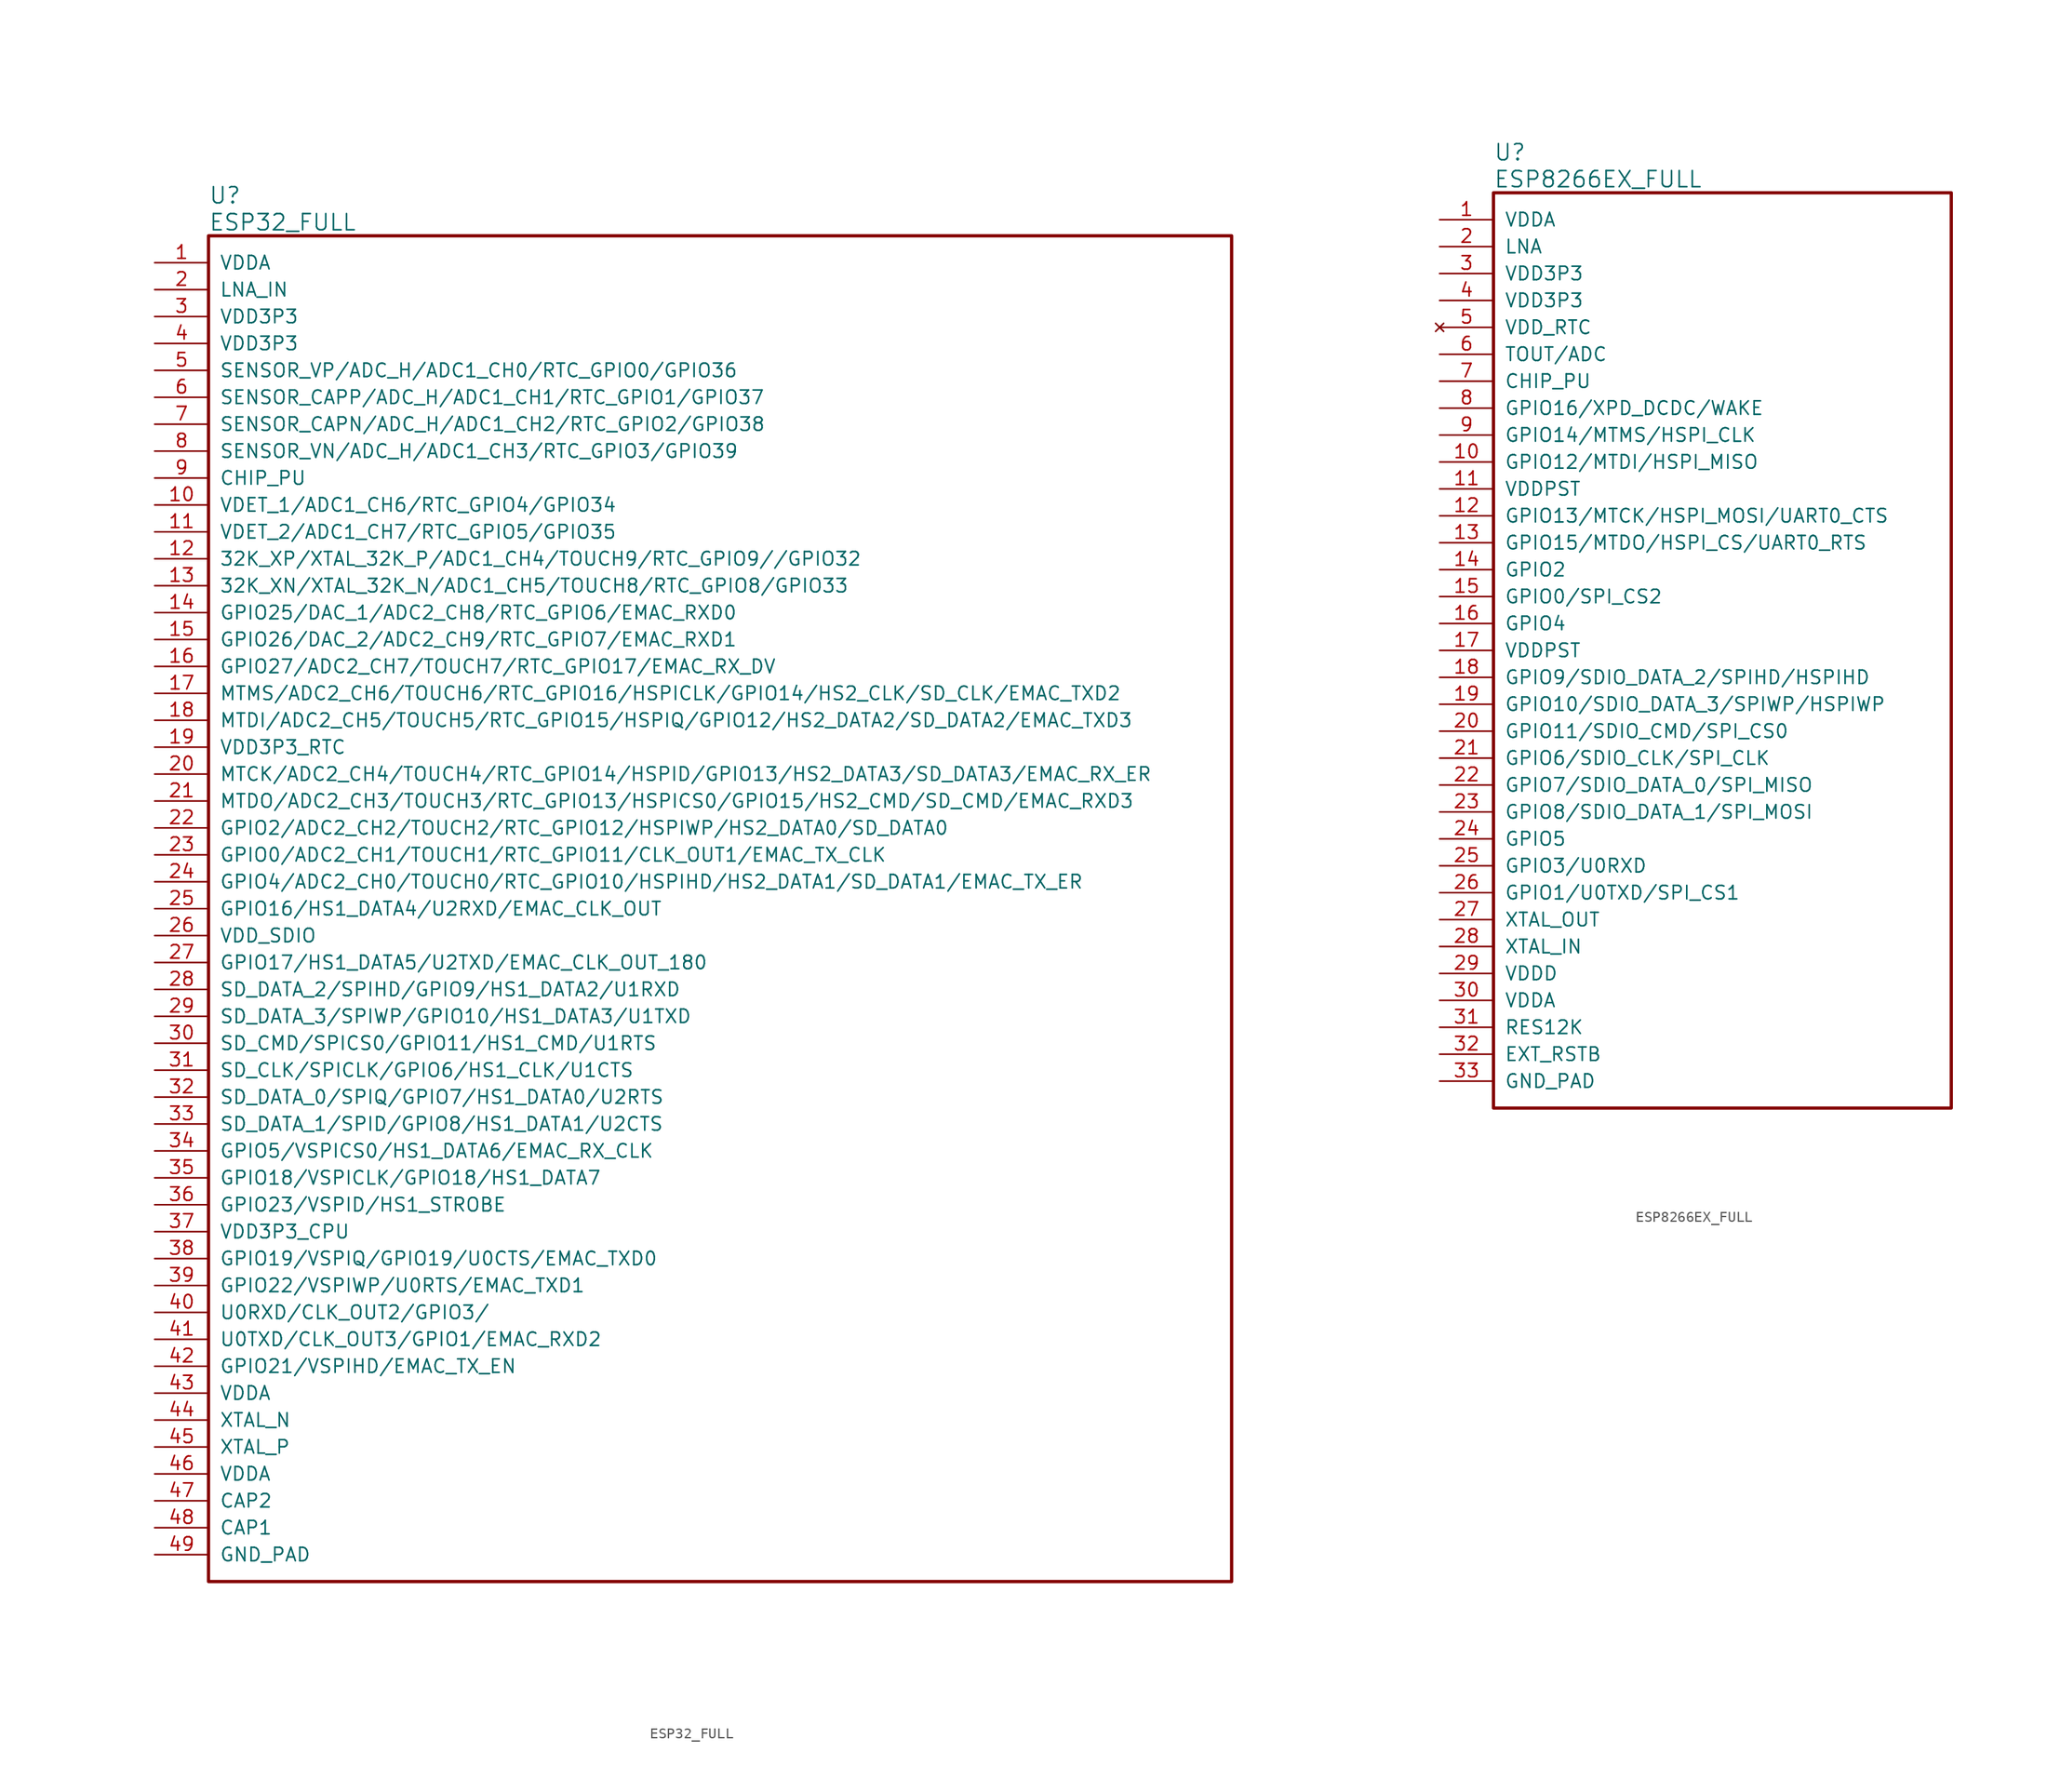
<source format=kicad_sym>
(kicad_symbol_lib
  (version 20201005)
  (generator kicad_symbol_editor)
  (symbol "ESP32_FULL"
    (pin_names
      (offset 1.016))
    (property "Reference" "U"
      (at 5.08 6.35 0)
      (effects (font (size 1.524 1.524)) (justify left)))
    (property "Value" "ESP32_FULL"
      (at 5.08 3.81 0)
      (effects (font (size 1.524 1.524)) (justify left)))
    (property "ki_locked" ""
      (at 0 0 0)
      (effects (font (size 1.27 1.27))))
    (symbol "ESP32_FULL_1_1"
      (rectangle (start 5.08 2.54) (end 101.6 -124.46) (stroke (width 0.305)) (fill (type none)))
      (pin power_in line (at 0 0 0) (length 5.08) (name "VDDA" (effects (font (size 1.27 1.27)))) (number "1" (effects (font (size 1.27 1.27)))))
      (pin unspecified line (at 0 -2.54 0) (length 5.08) (name "LNA_IN" (effects (font (size 1.27 1.27)))) (number "2" (effects (font (size 1.27 1.27)))))
      (pin power_in line (at 0 -5.08 0) (length 5.08) (name "VDD3P3" (effects (font (size 1.27 1.27)))) (number "3" (effects (font (size 1.27 1.27)))))
      (pin power_in line (at 0 -7.62 0) (length 5.08) (name "VDD3P3" (effects (font (size 1.27 1.27)))) (number "4" (effects (font (size 1.27 1.27)))))
      (pin input line (at 0 -10.16 0) (length 5.08) (name "SENSOR_VP/ADC_H/ADC1_CH0/RTC_GPIO0/GPIO36" (effects (font (size 1.27 1.27)))) (number "5" (effects (font (size 1.27 1.27)))))
      (pin input line (at 0 -12.7 0) (length 5.08) (name "SENSOR_CAPP/ADC_H/ADC1_CH1/RTC_GPIO1/GPIO37" (effects (font (size 1.27 1.27)))) (number "6" (effects (font (size 1.27 1.27)))))
      (pin input line (at 0 -15.24 0) (length 5.08) (name "SENSOR_CAPN/ADC_H/ADC1_CH2/RTC_GPIO2/GPIO38" (effects (font (size 1.27 1.27)))) (number "7" (effects (font (size 1.27 1.27)))))
      (pin input line (at 0 -17.78 0) (length 5.08) (name "SENSOR_VN/ADC_H/ADC1_CH3/RTC_GPIO3/GPIO39" (effects (font (size 1.27 1.27)))) (number "8" (effects (font (size 1.27 1.27)))))
      (pin input line (at 0 -20.32 0) (length 5.08) (name "CHIP_PU" (effects (font (size 1.27 1.27)))) (number "9" (effects (font (size 1.27 1.27)))))
      (pin input line (at 0 -22.86 0) (length 5.08) (name "VDET_1/ADC1_CH6/RTC_GPIO4/GPIO34" (effects (font (size 1.27 1.27)))) (number "10" (effects (font (size 1.27 1.27)))))
      (pin input line (at 0 -25.4 0) (length 5.08) (name "VDET_2/ADC1_CH7/RTC_GPIO5/GPIO35" (effects (font (size 1.27 1.27)))) (number "11" (effects (font (size 1.27 1.27)))))
      (pin bidirectional line (at 0 -27.94 0) (length 5.08) (name "32K_XP/XTAL_32K_P/ADC1_CH4/TOUCH9/RTC_GPIO9//GPIO32" (effects (font (size 1.27 1.27)))) (number "12" (effects (font (size 1.27 1.27)))))
      (pin bidirectional line (at 0 -30.48 0) (length 5.08) (name "32K_XN/XTAL_32K_N/ADC1_CH5/TOUCH8/RTC_GPIO8/GPIO33" (effects (font (size 1.27 1.27)))) (number "13" (effects (font (size 1.27 1.27)))))
      (pin bidirectional line (at 0 -33.02 0) (length 5.08) (name "GPIO25/DAC_1/ADC2_CH8/RTC_GPIO6/EMAC_RXD0" (effects (font (size 1.27 1.27)))) (number "14" (effects (font (size 1.27 1.27)))))
      (pin bidirectional line (at 0 -35.56 0) (length 5.08) (name "GPIO26/DAC_2/ADC2_CH9/RTC_GPIO7/EMAC_RXD1" (effects (font (size 1.27 1.27)))) (number "15" (effects (font (size 1.27 1.27)))))
      (pin bidirectional line (at 0 -38.1 0) (length 5.08) (name "GPIO27/ADC2_CH7/TOUCH7/RTC_GPIO17/EMAC_RX_DV" (effects (font (size 1.27 1.27)))) (number "16" (effects (font (size 1.27 1.27)))))
      (pin bidirectional line (at 0 -40.64 0) (length 5.08) (name "MTMS/ADC2_CH6/TOUCH6/RTC_GPIO16/HSPICLK/GPIO14/HS2_CLK/SD_CLK/EMAC_TXD2" (effects (font (size 1.27 1.27)))) (number "17" (effects (font (size 1.27 1.27)))))
      (pin bidirectional line (at 0 -43.18 0) (length 5.08) (name "MTDI/ADC2_CH5/TOUCH5/RTC_GPIO15/HSPIQ/GPIO12/HS2_DATA2/SD_DATA2/EMAC_TXD3" (effects (font (size 1.27 1.27)))) (number "18" (effects (font (size 1.27 1.27)))))
      (pin power_in line (at 0 -45.72 0) (length 5.08) (name "VDD3P3_RTC" (effects (font (size 1.27 1.27)))) (number "19" (effects (font (size 1.27 1.27)))))
      (pin bidirectional line (at 0 -48.26 0) (length 5.08) (name "MTCK/ADC2_CH4/TOUCH4/RTC_GPIO14/HSPID/GPIO13/HS2_DATA3/SD_DATA3/EMAC_RX_ER" (effects (font (size 1.27 1.27)))) (number "20" (effects (font (size 1.27 1.27)))))
      (pin bidirectional line (at 0 -50.8 0) (length 5.08) (name "MTDO/ADC2_CH3/TOUCH3/RTC_GPIO13/HSPICS0/GPIO15/HS2_CMD/SD_CMD/EMAC_RXD3" (effects (font (size 1.27 1.27)))) (number "21" (effects (font (size 1.27 1.27)))))
      (pin bidirectional line (at 0 -53.34 0) (length 5.08) (name "GPIO2/ADC2_CH2/TOUCH2/RTC_GPIO12/HSPIWP/HS2_DATA0/SD_DATA0" (effects (font (size 1.27 1.27)))) (number "22" (effects (font (size 1.27 1.27)))))
      (pin bidirectional line (at 0 -55.88 0) (length 5.08) (name "GPIO0/ADC2_CH1/TOUCH1/RTC_GPIO11/CLK_OUT1/EMAC_TX_CLK" (effects (font (size 1.27 1.27)))) (number "23" (effects (font (size 1.27 1.27)))))
      (pin bidirectional line (at 0 -58.42 0) (length 5.08) (name "GPIO4/ADC2_CH0/TOUCH0/RTC_GPIO10/HSPIHD/HS2_DATA1/SD_DATA1/EMAC_TX_ER" (effects (font (size 1.27 1.27)))) (number "24" (effects (font (size 1.27 1.27)))))
      (pin bidirectional line (at 0 -60.96 0) (length 5.08) (name "GPIO16/HS1_DATA4/U2RXD/EMAC_CLK_OUT" (effects (font (size 1.27 1.27)))) (number "25" (effects (font (size 1.27 1.27)))))
      (pin power_in line (at 0 -63.5 0) (length 5.08) (name "VDD_SDIO" (effects (font (size 1.27 1.27)))) (number "26" (effects (font (size 1.27 1.27)))))
      (pin bidirectional line (at 0 -66.04 0) (length 5.08) (name "GPIO17/HS1_DATA5/U2TXD/EMAC_CLK_OUT_180" (effects (font (size 1.27 1.27)))) (number "27" (effects (font (size 1.27 1.27)))))
      (pin bidirectional line (at 0 -68.58 0) (length 5.08) (name "SD_DATA_2/SPIHD/GPIO9/HS1_DATA2/U1RXD" (effects (font (size 1.27 1.27)))) (number "28" (effects (font (size 1.27 1.27)))))
      (pin bidirectional line (at 0 -71.12 0) (length 5.08) (name "SD_DATA_3/SPIWP/GPIO10/HS1_DATA3/U1TXD" (effects (font (size 1.27 1.27)))) (number "29" (effects (font (size 1.27 1.27)))))
      (pin bidirectional line (at 0 -73.66 0) (length 5.08) (name "SD_CMD/SPICS0/GPIO11/HS1_CMD/U1RTS" (effects (font (size 1.27 1.27)))) (number "30" (effects (font (size 1.27 1.27)))))
      (pin bidirectional line (at 0 -76.2 0) (length 5.08) (name "SD_CLK/SPICLK/GPIO6/HS1_CLK/U1CTS" (effects (font (size 1.27 1.27)))) (number "31" (effects (font (size 1.27 1.27)))))
      (pin bidirectional line (at 0 -78.74 0) (length 5.08) (name "SD_DATA_0/SPIQ/GPIO7/HS1_DATA0/U2RTS" (effects (font (size 1.27 1.27)))) (number "32" (effects (font (size 1.27 1.27)))))
      (pin bidirectional line (at 0 -81.28 0) (length 5.08) (name "SD_DATA_1/SPID/GPIO8/HS1_DATA1/U2CTS" (effects (font (size 1.27 1.27)))) (number "33" (effects (font (size 1.27 1.27)))))
      (pin bidirectional line (at 0 -83.82 0) (length 5.08) (name "GPIO5/VSPICS0/HS1_DATA6/EMAC_RX_CLK" (effects (font (size 1.27 1.27)))) (number "34" (effects (font (size 1.27 1.27)))))
      (pin bidirectional line (at 0 -86.36 0) (length 5.08) (name "GPIO18/VSPICLK/GPIO18/HS1_DATA7" (effects (font (size 1.27 1.27)))) (number "35" (effects (font (size 1.27 1.27)))))
      (pin bidirectional line (at 0 -88.9 0) (length 5.08) (name "GPIO23/VSPID/HS1_STROBE" (effects (font (size 1.27 1.27)))) (number "36" (effects (font (size 1.27 1.27)))))
      (pin power_in line (at 0 -91.44 0) (length 5.08) (name "VDD3P3_CPU" (effects (font (size 1.27 1.27)))) (number "37" (effects (font (size 1.27 1.27)))))
      (pin bidirectional line (at 0 -93.98 0) (length 5.08) (name "GPIO19/VSPIQ/GPIO19/U0CTS/EMAC_TXD0" (effects (font (size 1.27 1.27)))) (number "38" (effects (font (size 1.27 1.27)))))
      (pin bidirectional line (at 0 -96.52 0) (length 5.08) (name "GPIO22/VSPIWP/U0RTS/EMAC_TXD1" (effects (font (size 1.27 1.27)))) (number "39" (effects (font (size 1.27 1.27)))))
      (pin bidirectional line (at 0 -99.06 0) (length 5.08) (name "U0RXD/CLK_OUT2/GPIO3/" (effects (font (size 1.27 1.27)))) (number "40" (effects (font (size 1.27 1.27)))))
      (pin bidirectional line (at 0 -101.6 0) (length 5.08) (name "U0TXD/CLK_OUT3/GPIO1/EMAC_RXD2" (effects (font (size 1.27 1.27)))) (number "41" (effects (font (size 1.27 1.27)))))
      (pin bidirectional line (at 0 -104.14 0) (length 5.08) (name "GPIO21/VSPIHD/EMAC_TX_EN" (effects (font (size 1.27 1.27)))) (number "42" (effects (font (size 1.27 1.27)))))
      (pin power_in line (at 0 -106.68 0) (length 5.08) (name "VDDA" (effects (font (size 1.27 1.27)))) (number "43" (effects (font (size 1.27 1.27)))))
      (pin passive line (at 0 -109.22 0) (length 5.08) (name "XTAL_N" (effects (font (size 1.27 1.27)))) (number "44" (effects (font (size 1.27 1.27)))))
      (pin passive line (at 0 -111.76 0) (length 5.08) (name "XTAL_P" (effects (font (size 1.27 1.27)))) (number "45" (effects (font (size 1.27 1.27)))))
      (pin power_in line (at 0 -114.3 0) (length 5.08) (name "VDDA" (effects (font (size 1.27 1.27)))) (number "46" (effects (font (size 1.27 1.27)))))
      (pin passive line (at 0 -116.84 0) (length 5.08) (name "CAP2" (effects (font (size 1.27 1.27)))) (number "47" (effects (font (size 1.27 1.27)))))
      (pin passive line (at 0 -119.38 0) (length 5.08) (name "CAP1" (effects (font (size 1.27 1.27)))) (number "48" (effects (font (size 1.27 1.27)))))
      (pin power_in line (at 0 -121.92 0) (length 5.08) (name "GND_PAD" (effects (font (size 1.27 1.27)))) (number "49" (effects (font (size 1.27 1.27)))))))
  (symbol "ESP8266EX_FULL"
    (pin_names
      (offset 1.016))
    (property "Reference" "U"
      (at 5.08 6.35 0)
      (effects (font (size 1.524 1.524)) (justify left)))
    (property "Value" "ESP8266EX_FULL"
      (at 5.08 3.81 0)
      (effects (font (size 1.524 1.524)) (justify left)))
    (property "ki_locked" ""
      (at 0 0 0)
      (effects (font (size 1.27 1.27))))
    (symbol "ESP8266EX_FULL_1_1"
      (rectangle (start 5.08 2.54) (end 48.26 -83.82) (stroke (width 0.305)) (fill (type none)))
      (pin power_in line (at 0 0 0) (length 5.08) (name "VDDA" (effects (font (size 1.27 1.27)))) (number "1" (effects (font (size 1.27 1.27)))))
      (pin passive line (at 0 -2.54 0) (length 5.08) (name "LNA" (effects (font (size 1.27 1.27)))) (number "2" (effects (font (size 1.27 1.27)))))
      (pin power_in line (at 0 -5.08 0) (length 5.08) (name "VDD3P3" (effects (font (size 1.27 1.27)))) (number "3" (effects (font (size 1.27 1.27)))))
      (pin power_in line (at 0 -7.62 0) (length 5.08) (name "VDD3P3" (effects (font (size 1.27 1.27)))) (number "4" (effects (font (size 1.27 1.27)))))
      (pin unconnected line (at 0 -10.16 0) (length 5.08) (name "VDD_RTC" (effects (font (size 1.27 1.27)))) (number "5" (effects (font (size 1.27 1.27)))))
      (pin input line (at 0 -12.7 0) (length 5.08) (name "TOUT/ADC" (effects (font (size 1.27 1.27)))) (number "6" (effects (font (size 1.27 1.27)))))
      (pin input line (at 0 -15.24 0) (length 5.08) (name "CHIP_PU" (effects (font (size 1.27 1.27)))) (number "7" (effects (font (size 1.27 1.27)))))
      (pin bidirectional line (at 0 -17.78 0) (length 5.08) (name "GPIO16/XPD_DCDC/WAKE" (effects (font (size 1.27 1.27)))) (number "8" (effects (font (size 1.27 1.27)))))
      (pin bidirectional line (at 0 -20.32 0) (length 5.08) (name "GPIO14/MTMS/HSPI_CLK" (effects (font (size 1.27 1.27)))) (number "9" (effects (font (size 1.27 1.27)))))
      (pin bidirectional line (at 0 -22.86 0) (length 5.08) (name "GPIO12/MTDI/HSPI_MISO" (effects (font (size 1.27 1.27)))) (number "10" (effects (font (size 1.27 1.27)))))
      (pin power_in line (at 0 -25.4 0) (length 5.08) (name "VDDPST" (effects (font (size 1.27 1.27)))) (number "11" (effects (font (size 1.27 1.27)))))
      (pin bidirectional line (at 0 -27.94 0) (length 5.08) (name "GPIO13/MTCK/HSPI_MOSI/UART0_CTS" (effects (font (size 1.27 1.27)))) (number "12" (effects (font (size 1.27 1.27)))))
      (pin bidirectional line (at 0 -30.48 0) (length 5.08) (name "GPIO15/MTDO/HSPI_CS/UART0_RTS" (effects (font (size 1.27 1.27)))) (number "13" (effects (font (size 1.27 1.27)))))
      (pin bidirectional line (at 0 -33.02 0) (length 5.08) (name "GPIO2" (effects (font (size 1.27 1.27)))) (number "14" (effects (font (size 1.27 1.27)))))
      (pin bidirectional line (at 0 -35.56 0) (length 5.08) (name "GPIO0/SPI_CS2" (effects (font (size 1.27 1.27)))) (number "15" (effects (font (size 1.27 1.27)))))
      (pin bidirectional line (at 0 -38.1 0) (length 5.08) (name "GPIO4" (effects (font (size 1.27 1.27)))) (number "16" (effects (font (size 1.27 1.27)))))
      (pin power_in line (at 0 -40.64 0) (length 5.08) (name "VDDPST" (effects (font (size 1.27 1.27)))) (number "17" (effects (font (size 1.27 1.27)))))
      (pin bidirectional line (at 0 -43.18 0) (length 5.08) (name "GPIO9/SDIO_DATA_2/SPIHD/HSPIHD" (effects (font (size 1.27 1.27)))) (number "18" (effects (font (size 1.27 1.27)))))
      (pin bidirectional line (at 0 -45.72 0) (length 5.08) (name "GPIO10/SDIO_DATA_3/SPIWP/HSPIWP" (effects (font (size 1.27 1.27)))) (number "19" (effects (font (size 1.27 1.27)))))
      (pin bidirectional line (at 0 -48.26 0) (length 5.08) (name "GPIO11/SDIO_CMD/SPI_CS0" (effects (font (size 1.27 1.27)))) (number "20" (effects (font (size 1.27 1.27)))))
      (pin bidirectional line (at 0 -50.8 0) (length 5.08) (name "GPIO6/SDIO_CLK/SPI_CLK" (effects (font (size 1.27 1.27)))) (number "21" (effects (font (size 1.27 1.27)))))
      (pin bidirectional line (at 0 -53.34 0) (length 5.08) (name "GPIO7/SDIO_DATA_0/SPI_MISO" (effects (font (size 1.27 1.27)))) (number "22" (effects (font (size 1.27 1.27)))))
      (pin bidirectional line (at 0 -55.88 0) (length 5.08) (name "GPIO8/SDIO_DATA_1/SPI_MOSI" (effects (font (size 1.27 1.27)))) (number "23" (effects (font (size 1.27 1.27)))))
      (pin bidirectional line (at 0 -58.42 0) (length 5.08) (name "GPIO5" (effects (font (size 1.27 1.27)))) (number "24" (effects (font (size 1.27 1.27)))))
      (pin bidirectional line (at 0 -60.96 0) (length 5.08) (name "GPIO3/U0RXD" (effects (font (size 1.27 1.27)))) (number "25" (effects (font (size 1.27 1.27)))))
      (pin bidirectional line (at 0 -63.5 0) (length 5.08) (name "GPIO1/U0TXD/SPI_CS1" (effects (font (size 1.27 1.27)))) (number "26" (effects (font (size 1.27 1.27)))))
      (pin bidirectional line (at 0 -66.04 0) (length 5.08) (name "XTAL_OUT" (effects (font (size 1.27 1.27)))) (number "27" (effects (font (size 1.27 1.27)))))
      (pin bidirectional line (at 0 -68.58 0) (length 5.08) (name "XTAL_IN" (effects (font (size 1.27 1.27)))) (number "28" (effects (font (size 1.27 1.27)))))
      (pin power_in line (at 0 -71.12 0) (length 5.08) (name "VDDD" (effects (font (size 1.27 1.27)))) (number "29" (effects (font (size 1.27 1.27)))))
      (pin power_in line (at 0 -73.66 0) (length 5.08) (name "VDDA" (effects (font (size 1.27 1.27)))) (number "30" (effects (font (size 1.27 1.27)))))
      (pin input line (at 0 -76.2 0) (length 5.08) (name "RES12K" (effects (font (size 1.27 1.27)))) (number "31" (effects (font (size 1.27 1.27)))))
      (pin input line (at 0 -78.74 0) (length 5.08) (name "EXT_RSTB" (effects (font (size 1.27 1.27)))) (number "32" (effects (font (size 1.27 1.27)))))
      (pin power_in line (at 0 -81.28 0) (length 5.08) (name "GND_PAD" (effects (font (size 1.27 1.27)))) (number "33" (effects (font (size 1.27 1.27))))))))
</source>
